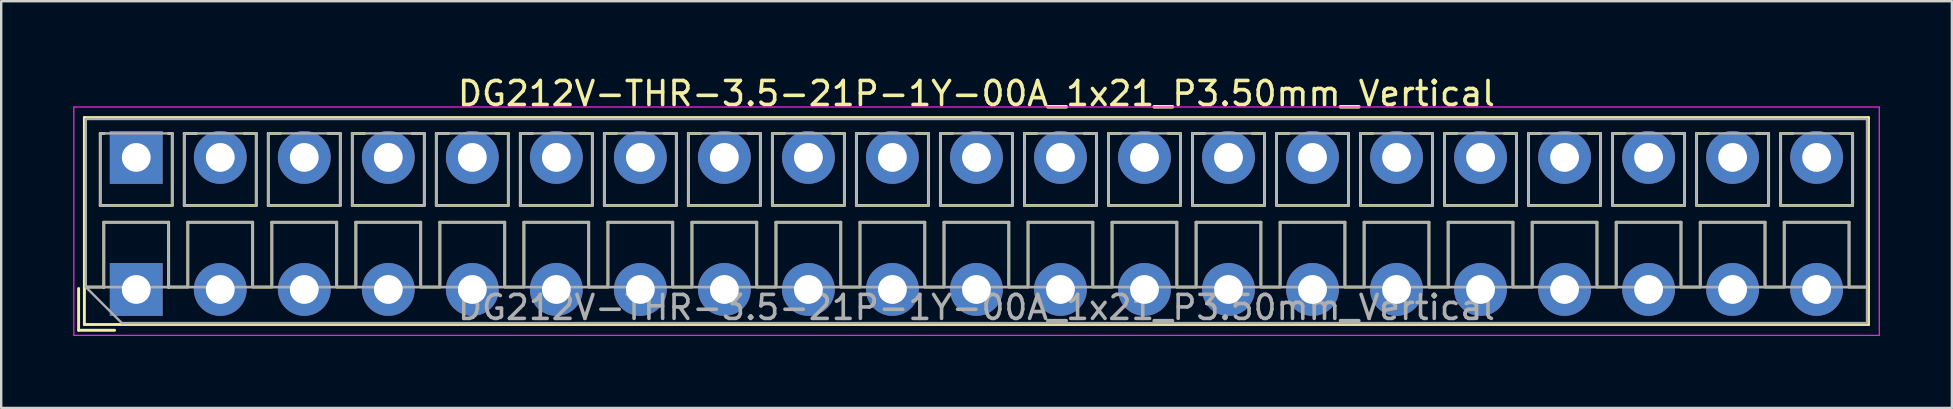
<source format=kicad_pcb>
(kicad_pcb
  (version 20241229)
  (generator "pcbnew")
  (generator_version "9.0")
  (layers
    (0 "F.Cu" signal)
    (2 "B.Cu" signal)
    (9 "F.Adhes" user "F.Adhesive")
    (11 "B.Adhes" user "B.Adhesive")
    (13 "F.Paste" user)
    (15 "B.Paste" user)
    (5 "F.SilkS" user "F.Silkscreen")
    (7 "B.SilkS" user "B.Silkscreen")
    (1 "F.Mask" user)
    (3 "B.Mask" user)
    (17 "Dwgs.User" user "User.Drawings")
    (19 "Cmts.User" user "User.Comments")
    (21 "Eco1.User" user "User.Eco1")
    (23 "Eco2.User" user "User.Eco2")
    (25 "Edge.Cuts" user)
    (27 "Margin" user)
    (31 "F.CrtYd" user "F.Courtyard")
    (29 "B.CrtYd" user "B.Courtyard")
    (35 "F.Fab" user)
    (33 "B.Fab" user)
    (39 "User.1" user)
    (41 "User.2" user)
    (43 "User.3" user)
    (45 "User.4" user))
  (footprint "DG212V-THR-3.5-21P-1Y-00A_1x21_P3.50mm_Vertical"
    (layer "F.Cu")
    (at 2.625 9.008)
    (property "Reference" "DG212V-THR-3.5-21P-1Y-00A_1x21_P3.50mm_Vertical" (at 35 -8.16 0) (layer "F.SilkS") (effects (font (size 1 1) (thickness 0.15))))
    (attr through_hole)
    (fp_line (start -2.4 -0.04) (end -2.4 1.7) (stroke (width 0.12) (type solid)) (layer "F.SilkS"))
    (fp_line (start -2.4 1.7) (end -0.9 1.7) (stroke (width 0.12) (type solid)) (layer "F.SilkS"))
    (fp_line (start -2.16 -7.16) (end -2.16 1.46) (stroke (width 0.12) (type solid)) (layer "F.SilkS"))
    (fp_line (start -2.16 -7.16) (end 72.161 -7.16) (stroke (width 0.12) (type solid)) (layer "F.SilkS"))
    (fp_line (start -2.16 -0.1) (end -1.34 -0.1) (stroke (width 0.12) (type solid)) (layer "F.SilkS"))
    (fp_line (start -2.16 1.46) (end 72.161 1.46) (stroke (width 0.12) (type solid)) (layer "F.SilkS"))
    (fp_line (start -1.5 -6.5) (end -1.5 -3.5) (stroke (width 0.12) (type solid)) (layer "F.SilkS"))
    (fp_line (start -1.5 -6.5) (end -1.34 -6.5) (stroke (width 0.12) (type solid)) (layer "F.SilkS"))
    (fp_line (start -1.5 -3.5) (end 1.5 -3.5) (stroke (width 0.12) (type solid)) (layer "F.SilkS"))
    (fp_line (start -1.35 -2.8) (end -1.35 -0.1) (stroke (width 0.12) (type solid)) (layer "F.SilkS"))
    (fp_line (start -1.35 -2.8) (end 1.35 -2.8) (stroke (width 0.12) (type solid)) (layer "F.SilkS"))
    (fp_line (start -1.35 -0.1) (end -1.34 -0.1) (stroke (width 0.12) (type solid)) (layer "F.SilkS"))
    (fp_line (start 1.34 -6.5) (end 1.5 -6.5) (stroke (width 0.12) (type solid)) (layer "F.SilkS"))
    (fp_line (start 1.34 -0.1) (end 1.35 -0.1) (stroke (width 0.12) (type solid)) (layer "F.SilkS"))
    (fp_line (start 1.34 -0.1) (end 2.148 -0.1) (stroke (width 0.12) (type solid)) (layer "F.SilkS"))
    (fp_line (start 1.35 -2.8) (end 1.35 -0.1) (stroke (width 0.12) (type solid)) (layer "F.SilkS"))
    (fp_line (start 1.5 -6.5) (end 1.5 -3.5) (stroke (width 0.12) (type solid)) (layer "F.SilkS"))
    (fp_line (start 2 -6.5) (end 2 -3.5) (stroke (width 0.12) (type solid)) (layer "F.SilkS"))
    (fp_line (start 2 -6.5) (end 2.512 -6.5) (stroke (width 0.12) (type solid)) (layer "F.SilkS"))
    (fp_line (start 2 -3.5) (end 5 -3.5) (stroke (width 0.12) (type solid)) (layer "F.SilkS"))
    (fp_line (start 2.15 -2.8) (end 2.15 -0.183) (stroke (width 0.12) (type solid)) (layer "F.SilkS"))
    (fp_line (start 2.15 -2.8) (end 4.85 -2.8) (stroke (width 0.12) (type solid)) (layer "F.SilkS"))
    (fp_line (start 4.489 -6.5) (end 5 -6.5) (stroke (width 0.12) (type solid)) (layer "F.SilkS"))
    (fp_line (start 4.85 -2.8) (end 4.85 -0.183) (stroke (width 0.12) (type solid)) (layer "F.SilkS"))
    (fp_line (start 4.853 -0.1) (end 5.648 -0.1) (stroke (width 0.12) (type solid)) (layer "F.SilkS"))
    (fp_line (start 5 -6.5) (end 5 -3.5) (stroke (width 0.12) (type solid)) (layer "F.SilkS"))
    (fp_line (start 5.5 -6.5) (end 5.5 -3.5) (stroke (width 0.12) (type solid)) (layer "F.SilkS"))
    (fp_line (start 5.5 -6.5) (end 6.012 -6.5) (stroke (width 0.12) (type solid)) (layer "F.SilkS"))
    (fp_line (start 5.5 -3.5) (end 8.5 -3.5) (stroke (width 0.12) (type solid)) (layer "F.SilkS"))
    (fp_line (start 5.65 -2.8) (end 5.65 -0.183) (stroke (width 0.12) (type solid)) (layer "F.SilkS"))
    (fp_line (start 5.65 -2.8) (end 8.351 -2.8) (stroke (width 0.12) (type solid)) (layer "F.SilkS"))
    (fp_line (start 7.989 -6.5) (end 8.5 -6.5) (stroke (width 0.12) (type solid)) (layer "F.SilkS"))
    (fp_line (start 8.351 -2.8) (end 8.351 -0.183) (stroke (width 0.12) (type solid)) (layer "F.SilkS"))
    (fp_line (start 8.353 -0.1) (end 9.148 -0.1) (stroke (width 0.12) (type solid)) (layer "F.SilkS"))
    (fp_line (start 8.5 -6.5) (end 8.5 -3.5) (stroke (width 0.12) (type solid)) (layer "F.SilkS"))
    (fp_line (start 9 -6.5) (end 9 -3.5) (stroke (width 0.12) (type solid)) (layer "F.SilkS"))
    (fp_line (start 9 -6.5) (end 9.512 -6.5) (stroke (width 0.12) (type solid)) (layer "F.SilkS"))
    (fp_line (start 9 -3.5) (end 12 -3.5) (stroke (width 0.12) (type solid)) (layer "F.SilkS"))
    (fp_line (start 9.15 -2.8) (end 9.15 -0.183) (stroke (width 0.12) (type solid)) (layer "F.SilkS"))
    (fp_line (start 9.15 -2.8) (end 11.851 -2.8) (stroke (width 0.12) (type solid)) (layer "F.SilkS"))
    (fp_line (start 11.489 -6.5) (end 12 -6.5) (stroke (width 0.12) (type solid)) (layer "F.SilkS"))
    (fp_line (start 11.851 -2.8) (end 11.851 -0.183) (stroke (width 0.12) (type solid)) (layer "F.SilkS"))
    (fp_line (start 11.853 -0.1) (end 12.648 -0.1) (stroke (width 0.12) (type solid)) (layer "F.SilkS"))
    (fp_line (start 12 -6.5) (end 12 -3.5) (stroke (width 0.12) (type solid)) (layer "F.SilkS"))
    (fp_line (start 12.5 -6.5) (end 12.5 -3.5) (stroke (width 0.12) (type solid)) (layer "F.SilkS"))
    (fp_line (start 12.5 -6.5) (end 13.012 -6.5) (stroke (width 0.12) (type solid)) (layer "F.SilkS"))
    (fp_line (start 12.5 -3.5) (end 15.5 -3.5) (stroke (width 0.12) (type solid)) (layer "F.SilkS"))
    (fp_line (start 12.65 -2.8) (end 12.65 -0.183) (stroke (width 0.12) (type solid)) (layer "F.SilkS"))
    (fp_line (start 12.65 -2.8) (end 15.351 -2.8) (stroke (width 0.12) (type solid)) (layer "F.SilkS"))
    (fp_line (start 14.989 -6.5) (end 15.5 -6.5) (stroke (width 0.12) (type solid)) (layer "F.SilkS"))
    (fp_line (start 15.351 -2.8) (end 15.351 -0.183) (stroke (width 0.12) (type solid)) (layer "F.SilkS"))
    (fp_line (start 15.353 -0.1) (end 16.148 -0.1) (stroke (width 0.12) (type solid)) (layer "F.SilkS"))
    (fp_line (start 15.5 -6.5) (end 15.5 -3.5) (stroke (width 0.12) (type solid)) (layer "F.SilkS"))
    (fp_line (start 16 -6.5) (end 16 -3.5) (stroke (width 0.12) (type solid)) (layer "F.SilkS"))
    (fp_line (start 16 -6.5) (end 16.512 -6.5) (stroke (width 0.12) (type solid)) (layer "F.SilkS"))
    (fp_line (start 16 -3.5) (end 19 -3.5) (stroke (width 0.12) (type solid)) (layer "F.SilkS"))
    (fp_line (start 16.15 -2.8) (end 16.15 -0.183) (stroke (width 0.12) (type solid)) (layer "F.SilkS"))
    (fp_line (start 16.15 -2.8) (end 18.85 -2.8) (stroke (width 0.12) (type solid)) (layer "F.SilkS"))
    (fp_line (start 18.489 -6.5) (end 19 -6.5) (stroke (width 0.12) (type solid)) (layer "F.SilkS"))
    (fp_line (start 18.85 -2.8) (end 18.85 -0.183) (stroke (width 0.12) (type solid)) (layer "F.SilkS"))
    (fp_line (start 18.853 -0.1) (end 19.648 -0.1) (stroke (width 0.12) (type solid)) (layer "F.SilkS"))
    (fp_line (start 19 -6.5) (end 19 -3.5) (stroke (width 0.12) (type solid)) (layer "F.SilkS"))
    (fp_line (start 19.5 -6.5) (end 19.5 -3.5) (stroke (width 0.12) (type solid)) (layer "F.SilkS"))
    (fp_line (start 19.5 -6.5) (end 20.012 -6.5) (stroke (width 0.12) (type solid)) (layer "F.SilkS"))
    (fp_line (start 19.5 -3.5) (end 22.5 -3.5) (stroke (width 0.12) (type solid)) (layer "F.SilkS"))
    (fp_line (start 19.65 -2.8) (end 19.65 -0.183) (stroke (width 0.12) (type solid)) (layer "F.SilkS"))
    (fp_line (start 19.65 -2.8) (end 22.35 -2.8) (stroke (width 0.12) (type solid)) (layer "F.SilkS"))
    (fp_line (start 21.989 -6.5) (end 22.5 -6.5) (stroke (width 0.12) (type solid)) (layer "F.SilkS"))
    (fp_line (start 22.35 -2.8) (end 22.35 -0.183) (stroke (width 0.12) (type solid)) (layer "F.SilkS"))
    (fp_line (start 22.353 -0.1) (end 23.148 -0.1) (stroke (width 0.12) (type solid)) (layer "F.SilkS"))
    (fp_line (start 22.5 -6.5) (end 22.5 -3.5) (stroke (width 0.12) (type solid)) (layer "F.SilkS"))
    (fp_line (start 23 -6.5) (end 23 -3.5) (stroke (width 0.12) (type solid)) (layer "F.SilkS"))
    (fp_line (start 23 -6.5) (end 23.512 -6.5) (stroke (width 0.12) (type solid)) (layer "F.SilkS"))
    (fp_line (start 23 -3.5) (end 26 -3.5) (stroke (width 0.12) (type solid)) (layer "F.SilkS"))
    (fp_line (start 23.15 -2.8) (end 23.15 -0.183) (stroke (width 0.12) (type solid)) (layer "F.SilkS"))
    (fp_line (start 23.15 -2.8) (end 25.85 -2.8) (stroke (width 0.12) (type solid)) (layer "F.SilkS"))
    (fp_line (start 25.489 -6.5) (end 26 -6.5) (stroke (width 0.12) (type solid)) (layer "F.SilkS"))
    (fp_line (start 25.85 -2.8) (end 25.85 -0.183) (stroke (width 0.12) (type solid)) (layer "F.SilkS"))
    (fp_line (start 25.853 -0.1) (end 26.648 -0.1) (stroke (width 0.12) (type solid)) (layer "F.SilkS"))
    (fp_line (start 26 -6.5) (end 26 -3.5) (stroke (width 0.12) (type solid)) (layer "F.SilkS"))
    (fp_line (start 26.5 -6.5) (end 26.5 -3.5) (stroke (width 0.12) (type solid)) (layer "F.SilkS"))
    (fp_line (start 26.5 -6.5) (end 27.012 -6.5) (stroke (width 0.12) (type solid)) (layer "F.SilkS"))
    (fp_line (start 26.5 -3.5) (end 29.5 -3.5) (stroke (width 0.12) (type solid)) (layer "F.SilkS"))
    (fp_line (start 26.65 -2.8) (end 26.65 -0.183) (stroke (width 0.12) (type solid)) (layer "F.SilkS"))
    (fp_line (start 26.65 -2.8) (end 29.35 -2.8) (stroke (width 0.12) (type solid)) (layer "F.SilkS"))
    (fp_line (start 28.989 -6.5) (end 29.5 -6.5) (stroke (width 0.12) (type solid)) (layer "F.SilkS"))
    (fp_line (start 29.35 -2.8) (end 29.35 -0.183) (stroke (width 0.12) (type solid)) (layer "F.SilkS"))
    (fp_line (start 29.353 -0.1) (end 30.148 -0.1) (stroke (width 0.12) (type solid)) (layer "F.SilkS"))
    (fp_line (start 29.5 -6.5) (end 29.5 -3.5) (stroke (width 0.12) (type solid)) (layer "F.SilkS"))
    (fp_line (start 30 -6.5) (end 30 -3.5) (stroke (width 0.12) (type solid)) (layer "F.SilkS"))
    (fp_line (start 30 -6.5) (end 30.512 -6.5) (stroke (width 0.12) (type solid)) (layer "F.SilkS"))
    (fp_line (start 30 -3.5) (end 33 -3.5) (stroke (width 0.12) (type solid)) (layer "F.SilkS"))
    (fp_line (start 30.15 -2.8) (end 30.15 -0.183) (stroke (width 0.12) (type solid)) (layer "F.SilkS"))
    (fp_line (start 30.15 -2.8) (end 32.85 -2.8) (stroke (width 0.12) (type solid)) (layer "F.SilkS"))
    (fp_line (start 32.489 -6.5) (end 33 -6.5) (stroke (width 0.12) (type solid)) (layer "F.SilkS"))
    (fp_line (start 32.85 -2.8) (end 32.85 -0.183) (stroke (width 0.12) (type solid)) (layer "F.SilkS"))
    (fp_line (start 32.853 -0.1) (end 33.648 -0.1) (stroke (width 0.12) (type solid)) (layer "F.SilkS"))
    (fp_line (start 33 -6.5) (end 33 -3.5) (stroke (width 0.12) (type solid)) (layer "F.SilkS"))
    (fp_line (start 33.5 -6.5) (end 33.5 -3.5) (stroke (width 0.12) (type solid)) (layer "F.SilkS"))
    (fp_line (start 33.5 -6.5) (end 34.012 -6.5) (stroke (width 0.12) (type solid)) (layer "F.SilkS"))
    (fp_line (start 33.5 -3.5) (end 36.5 -3.5) (stroke (width 0.12) (type solid)) (layer "F.SilkS"))
    (fp_line (start 33.65 -2.8) (end 33.65 -0.183) (stroke (width 0.12) (type solid)) (layer "F.SilkS"))
    (fp_line (start 33.65 -2.8) (end 36.35 -2.8) (stroke (width 0.12) (type solid)) (layer "F.SilkS"))
    (fp_line (start 35.989 -6.5) (end 36.5 -6.5) (stroke (width 0.12) (type solid)) (layer "F.SilkS"))
    (fp_line (start 36.35 -2.8) (end 36.35 -0.183) (stroke (width 0.12) (type solid)) (layer "F.SilkS"))
    (fp_line (start 36.353 -0.1) (end 37.148 -0.1) (stroke (width 0.12) (type solid)) (layer "F.SilkS"))
    (fp_line (start 36.5 -6.5) (end 36.5 -3.5) (stroke (width 0.12) (type solid)) (layer "F.SilkS"))
    (fp_line (start 37 -6.5) (end 37 -3.5) (stroke (width 0.12) (type solid)) (layer "F.SilkS"))
    (fp_line (start 37 -6.5) (end 37.512 -6.5) (stroke (width 0.12) (type solid)) (layer "F.SilkS"))
    (fp_line (start 37 -3.5) (end 40 -3.5) (stroke (width 0.12) (type solid)) (layer "F.SilkS"))
    (fp_line (start 37.15 -2.8) (end 37.15 -0.183) (stroke (width 0.12) (type solid)) (layer "F.SilkS"))
    (fp_line (start 37.15 -2.8) (end 39.85 -2.8) (stroke (width 0.12) (type solid)) (layer "F.SilkS"))
    (fp_line (start 39.489 -6.5) (end 40 -6.5) (stroke (width 0.12) (type solid)) (layer "F.SilkS"))
    (fp_line (start 39.85 -2.8) (end 39.85 -0.183) (stroke (width 0.12) (type solid)) (layer "F.SilkS"))
    (fp_line (start 39.853 -0.1) (end 40.648 -0.1) (stroke (width 0.12) (type solid)) (layer "F.SilkS"))
    (fp_line (start 40 -6.5) (end 40 -3.5) (stroke (width 0.12) (type solid)) (layer "F.SilkS"))
    (fp_line (start 40.5 -6.5) (end 40.5 -3.5) (stroke (width 0.12) (type solid)) (layer "F.SilkS"))
    (fp_line (start 40.5 -6.5) (end 41.012 -6.5) (stroke (width 0.12) (type solid)) (layer "F.SilkS"))
    (fp_line (start 40.5 -3.5) (end 43.5 -3.5) (stroke (width 0.12) (type solid)) (layer "F.SilkS"))
    (fp_line (start 40.65 -2.8) (end 40.65 -0.183) (stroke (width 0.12) (type solid)) (layer "F.SilkS"))
    (fp_line (start 40.65 -2.8) (end 43.35 -2.8) (stroke (width 0.12) (type solid)) (layer "F.SilkS"))
    (fp_line (start 42.989 -6.5) (end 43.5 -6.5) (stroke (width 0.12) (type solid)) (layer "F.SilkS"))
    (fp_line (start 43.35 -2.8) (end 43.35 -0.183) (stroke (width 0.12) (type solid)) (layer "F.SilkS"))
    (fp_line (start 43.353 -0.1) (end 44.148 -0.1) (stroke (width 0.12) (type solid)) (layer "F.SilkS"))
    (fp_line (start 43.5 -6.5) (end 43.5 -3.5) (stroke (width 0.12) (type solid)) (layer "F.SilkS"))
    (fp_line (start 44 -6.5) (end 44 -3.5) (stroke (width 0.12) (type solid)) (layer "F.SilkS"))
    (fp_line (start 44 -6.5) (end 44.512 -6.5) (stroke (width 0.12) (type solid)) (layer "F.SilkS"))
    (fp_line (start 44 -3.5) (end 47 -3.5) (stroke (width 0.12) (type solid)) (layer "F.SilkS"))
    (fp_line (start 44.15 -2.8) (end 44.15 -0.183) (stroke (width 0.12) (type solid)) (layer "F.SilkS"))
    (fp_line (start 44.15 -2.8) (end 46.85 -2.8) (stroke (width 0.12) (type solid)) (layer "F.SilkS"))
    (fp_line (start 46.489 -6.5) (end 47 -6.5) (stroke (width 0.12) (type solid)) (layer "F.SilkS"))
    (fp_line (start 46.85 -2.8) (end 46.85 -0.183) (stroke (width 0.12) (type solid)) (layer "F.SilkS"))
    (fp_line (start 46.853 -0.1) (end 47.648 -0.1) (stroke (width 0.12) (type solid)) (layer "F.SilkS"))
    (fp_line (start 47 -6.5) (end 47 -3.5) (stroke (width 0.12) (type solid)) (layer "F.SilkS"))
    (fp_line (start 47.5 -6.5) (end 47.5 -3.5) (stroke (width 0.12) (type solid)) (layer "F.SilkS"))
    (fp_line (start 47.5 -6.5) (end 48.012 -6.5) (stroke (width 0.12) (type solid)) (layer "F.SilkS"))
    (fp_line (start 47.5 -3.5) (end 50.5 -3.5) (stroke (width 0.12) (type solid)) (layer "F.SilkS"))
    (fp_line (start 47.65 -2.8) (end 47.65 -0.183) (stroke (width 0.12) (type solid)) (layer "F.SilkS"))
    (fp_line (start 47.65 -2.8) (end 50.35 -2.8) (stroke (width 0.12) (type solid)) (layer "F.SilkS"))
    (fp_line (start 49.989 -6.5) (end 50.5 -6.5) (stroke (width 0.12) (type solid)) (layer "F.SilkS"))
    (fp_line (start 50.35 -2.8) (end 50.35 -0.183) (stroke (width 0.12) (type solid)) (layer "F.SilkS"))
    (fp_line (start 50.353 -0.1) (end 51.148 -0.1) (stroke (width 0.12) (type solid)) (layer "F.SilkS"))
    (fp_line (start 50.5 -6.5) (end 50.5 -3.5) (stroke (width 0.12) (type solid)) (layer "F.SilkS"))
    (fp_line (start 51 -6.5) (end 51 -3.5) (stroke (width 0.12) (type solid)) (layer "F.SilkS"))
    (fp_line (start 51 -6.5) (end 51.512 -6.5) (stroke (width 0.12) (type solid)) (layer "F.SilkS"))
    (fp_line (start 51 -3.5) (end 54 -3.5) (stroke (width 0.12) (type solid)) (layer "F.SilkS"))
    (fp_line (start 51.15 -2.8) (end 51.15 -0.183) (stroke (width 0.12) (type solid)) (layer "F.SilkS"))
    (fp_line (start 51.15 -2.8) (end 53.85 -2.8) (stroke (width 0.12) (type solid)) (layer "F.SilkS"))
    (fp_line (start 53.489 -6.5) (end 54 -6.5) (stroke (width 0.12) (type solid)) (layer "F.SilkS"))
    (fp_line (start 53.85 -2.8) (end 53.85 -0.183) (stroke (width 0.12) (type solid)) (layer "F.SilkS"))
    (fp_line (start 53.853 -0.1) (end 54.648 -0.1) (stroke (width 0.12) (type solid)) (layer "F.SilkS"))
    (fp_line (start 54 -6.5) (end 54 -3.5) (stroke (width 0.12) (type solid)) (layer "F.SilkS"))
    (fp_line (start 54.5 -6.5) (end 54.5 -3.5) (stroke (width 0.12) (type solid)) (layer "F.SilkS"))
    (fp_line (start 54.5 -6.5) (end 55.012 -6.5) (stroke (width 0.12) (type solid)) (layer "F.SilkS"))
    (fp_line (start 54.5 -3.5) (end 57.5 -3.5) (stroke (width 0.12) (type solid)) (layer "F.SilkS"))
    (fp_line (start 54.65 -2.8) (end 54.65 -0.183) (stroke (width 0.12) (type solid)) (layer "F.SilkS"))
    (fp_line (start 54.65 -2.8) (end 57.35 -2.8) (stroke (width 0.12) (type solid)) (layer "F.SilkS"))
    (fp_line (start 56.989 -6.5) (end 57.5 -6.5) (stroke (width 0.12) (type solid)) (layer "F.SilkS"))
    (fp_line (start 57.35 -2.8) (end 57.35 -0.183) (stroke (width 0.12) (type solid)) (layer "F.SilkS"))
    (fp_line (start 57.353 -0.1) (end 58.148 -0.1) (stroke (width 0.12) (type solid)) (layer "F.SilkS"))
    (fp_line (start 57.5 -6.5) (end 57.5 -3.5) (stroke (width 0.12) (type solid)) (layer "F.SilkS"))
    (fp_line (start 58 -6.5) (end 58 -3.5) (stroke (width 0.12) (type solid)) (layer "F.SilkS"))
    (fp_line (start 58 -6.5) (end 58.512 -6.5) (stroke (width 0.12) (type solid)) (layer "F.SilkS"))
    (fp_line (start 58 -3.5) (end 61 -3.5) (stroke (width 0.12) (type solid)) (layer "F.SilkS"))
    (fp_line (start 58.15 -2.8) (end 58.15 -0.183) (stroke (width 0.12) (type solid)) (layer "F.SilkS"))
    (fp_line (start 58.15 -2.8) (end 60.85 -2.8) (stroke (width 0.12) (type solid)) (layer "F.SilkS"))
    (fp_line (start 60.489 -6.5) (end 61 -6.5) (stroke (width 0.12) (type solid)) (layer "F.SilkS"))
    (fp_line (start 60.85 -2.8) (end 60.85 -0.183) (stroke (width 0.12) (type solid)) (layer "F.SilkS"))
    (fp_line (start 60.853 -0.1) (end 61.648 -0.1) (stroke (width 0.12) (type solid)) (layer "F.SilkS"))
    (fp_line (start 61 -6.5) (end 61 -3.5) (stroke (width 0.12) (type solid)) (layer "F.SilkS"))
    (fp_line (start 61.5 -6.5) (end 61.5 -3.5) (stroke (width 0.12) (type solid)) (layer "F.SilkS"))
    (fp_line (start 61.5 -6.5) (end 62.012 -6.5) (stroke (width 0.12) (type solid)) (layer "F.SilkS"))
    (fp_line (start 61.5 -3.5) (end 64.5 -3.5) (stroke (width 0.12) (type solid)) (layer "F.SilkS"))
    (fp_line (start 61.65 -2.8) (end 61.65 -0.183) (stroke (width 0.12) (type solid)) (layer "F.SilkS"))
    (fp_line (start 61.65 -2.8) (end 64.35 -2.8) (stroke (width 0.12) (type solid)) (layer "F.SilkS"))
    (fp_line (start 63.989 -6.5) (end 64.5 -6.5) (stroke (width 0.12) (type solid)) (layer "F.SilkS"))
    (fp_line (start 64.35 -2.8) (end 64.35 -0.183) (stroke (width 0.12) (type solid)) (layer "F.SilkS"))
    (fp_line (start 64.353 -0.1) (end 65.148 -0.1) (stroke (width 0.12) (type solid)) (layer "F.SilkS"))
    (fp_line (start 64.5 -6.5) (end 64.5 -3.5) (stroke (width 0.12) (type solid)) (layer "F.SilkS"))
    (fp_line (start 65 -6.5) (end 65 -3.5) (stroke (width 0.12) (type solid)) (layer "F.SilkS"))
    (fp_line (start 65 -6.5) (end 65.512 -6.5) (stroke (width 0.12) (type solid)) (layer "F.SilkS"))
    (fp_line (start 65 -3.5) (end 68 -3.5) (stroke (width 0.12) (type solid)) (layer "F.SilkS"))
    (fp_line (start 65.151 -2.8) (end 65.151 -0.183) (stroke (width 0.12) (type solid)) (layer "F.SilkS"))
    (fp_line (start 65.151 -2.8) (end 67.85 -2.8) (stroke (width 0.12) (type solid)) (layer "F.SilkS"))
    (fp_line (start 67.489 -6.5) (end 68 -6.5) (stroke (width 0.12) (type solid)) (layer "F.SilkS"))
    (fp_line (start 67.85 -2.8) (end 67.85 -0.183) (stroke (width 0.12) (type solid)) (layer "F.SilkS"))
    (fp_line (start 67.853 -0.1) (end 68.648 -0.1) (stroke (width 0.12) (type solid)) (layer "F.SilkS"))
    (fp_line (start 68 -6.5) (end 68 -3.5) (stroke (width 0.12) (type solid)) (layer "F.SilkS"))
    (fp_line (start 68.5 -6.5) (end 68.5 -3.5) (stroke (width 0.12) (type solid)) (layer "F.SilkS"))
    (fp_line (start 68.5 -6.5) (end 69.012 -6.5) (stroke (width 0.12) (type solid)) (layer "F.SilkS"))
    (fp_line (start 68.5 -3.5) (end 71.5 -3.5) (stroke (width 0.12) (type solid)) (layer "F.SilkS"))
    (fp_line (start 68.65 -2.8) (end 68.65 -0.183) (stroke (width 0.12) (type solid)) (layer "F.SilkS"))
    (fp_line (start 68.65 -2.8) (end 71.35 -2.8) (stroke (width 0.12) (type solid)) (layer "F.SilkS"))
    (fp_line (start 70.989 -6.5) (end 71.5 -6.5) (stroke (width 0.12) (type solid)) (layer "F.SilkS"))
    (fp_line (start 71.35 -2.8) (end 71.35 -0.183) (stroke (width 0.12) (type solid)) (layer "F.SilkS"))
    (fp_line (start 71.353 -0.1) (end 72.161 -0.1) (stroke (width 0.12) (type solid)) (layer "F.SilkS"))
    (fp_line (start 71.5 -6.5) (end 71.5 -3.5) (stroke (width 0.12) (type solid)) (layer "F.SilkS"))
    (fp_line (start 72.161 -7.16) (end 72.161 1.46) (stroke (width 0.12) (type solid)) (layer "F.SilkS"))
    (fp_line (start -2.6 -7.6) (end -2.6 1.91) (stroke (width 0.05) (type solid)) (layer "F.CrtYd"))
    (fp_line (start -2.6 1.91) (end 72.61 1.91) (stroke (width 0.05) (type solid)) (layer "F.CrtYd"))
    (fp_line (start 72.61 -7.6) (end -2.6 -7.6) (stroke (width 0.05) (type solid)) (layer "F.CrtYd"))
    (fp_line (start 72.61 1.91) (end 72.61 -7.6) (stroke (width 0.05) (type solid)) (layer "F.CrtYd"))
    (fp_line (start -2.1 -7.1) (end 72.1 -7.1) (stroke (width 0.1) (type solid)) (layer "F.Fab"))
    (fp_line (start -2.1 -0.1) (end -2.1 -7.1) (stroke (width 0.1) (type solid)) (layer "F.Fab"))
    (fp_line (start -2.1 -0.1) (end 72.1 -0.1) (stroke (width 0.1) (type solid)) (layer "F.Fab"))
    (fp_line (start -1.5 -6.5) (end -1.5 -3.5) (stroke (width 0.1) (type solid)) (layer "F.Fab"))
    (fp_line (start -1.5 -3.5) (end 1.5 -3.5) (stroke (width 0.1) (type solid)) (layer "F.Fab"))
    (fp_line (start -1.35 -2.8) (end -1.35 -0.1) (stroke (width 0.1) (type solid)) (layer "F.Fab"))
    (fp_line (start -1.35 -0.1) (end 1.35 -0.1) (stroke (width 0.1) (type solid)) (layer "F.Fab"))
    (fp_line (start -0.6 1.4) (end -2.1 -0.1) (stroke (width 0.1) (type solid)) (layer "F.Fab"))
    (fp_line (start 1.35 -2.8) (end -1.35 -2.8) (stroke (width 0.1) (type solid)) (layer "F.Fab"))
    (fp_line (start 1.35 -0.1) (end 1.35 -2.8) (stroke (width 0.1) (type solid)) (layer "F.Fab"))
    (fp_line (start 1.5 -6.5) (end -1.5 -6.5) (stroke (width 0.1) (type solid)) (layer "F.Fab"))
    (fp_line (start 1.5 -3.5) (end 1.5 -6.5) (stroke (width 0.1) (type solid)) (layer "F.Fab"))
    (fp_line (start 2 -6.5) (end 2 -3.5) (stroke (width 0.1) (type solid)) (layer "F.Fab"))
    (fp_line (start 2 -3.5) (end 5 -3.5) (stroke (width 0.1) (type solid)) (layer "F.Fab"))
    (fp_line (start 2.15 -2.8) (end 2.15 -0.1) (stroke (width 0.1) (type solid)) (layer "F.Fab"))
    (fp_line (start 2.15 -0.1) (end 4.85 -0.1) (stroke (width 0.1) (type solid)) (layer "F.Fab"))
    (fp_line (start 4.85 -2.8) (end 2.15 -2.8) (stroke (width 0.1) (type solid)) (layer "F.Fab"))
    (fp_line (start 4.85 -0.1) (end 4.85 -2.8) (stroke (width 0.1) (type solid)) (layer "F.Fab"))
    (fp_line (start 5 -6.5) (end 2 -6.5) (stroke (width 0.1) (type solid)) (layer "F.Fab"))
    (fp_line (start 5 -3.5) (end 5 -6.5) (stroke (width 0.1) (type solid)) (layer "F.Fab"))
    (fp_line (start 5.5 -6.5) (end 5.5 -3.5) (stroke (width 0.1) (type solid)) (layer "F.Fab"))
    (fp_line (start 5.5 -3.5) (end 8.5 -3.5) (stroke (width 0.1) (type solid)) (layer "F.Fab"))
    (fp_line (start 5.65 -2.8) (end 5.65 -0.1) (stroke (width 0.1) (type solid)) (layer "F.Fab"))
    (fp_line (start 5.65 -0.1) (end 8.351 -0.1) (stroke (width 0.1) (type solid)) (layer "F.Fab"))
    (fp_line (start 8.351 -2.8) (end 5.65 -2.8) (stroke (width 0.1) (type solid)) (layer "F.Fab"))
    (fp_line (start 8.351 -0.1) (end 8.351 -2.8) (stroke (width 0.1) (type solid)) (layer "F.Fab"))
    (fp_line (start 8.5 -6.5) (end 5.5 -6.5) (stroke (width 0.1) (type solid)) (layer "F.Fab"))
    (fp_line (start 8.5 -3.5) (end 8.5 -6.5) (stroke (width 0.1) (type solid)) (layer "F.Fab"))
    (fp_line (start 9 -6.5) (end 9 -3.5) (stroke (width 0.1) (type solid)) (layer "F.Fab"))
    (fp_line (start 9 -3.5) (end 12 -3.5) (stroke (width 0.1) (type solid)) (layer "F.Fab"))
    (fp_line (start 9.15 -2.8) (end 9.15 -0.1) (stroke (width 0.1) (type solid)) (layer "F.Fab"))
    (fp_line (start 9.15 -0.1) (end 11.851 -0.1) (stroke (width 0.1) (type solid)) (layer "F.Fab"))
    (fp_line (start 11.851 -2.8) (end 9.15 -2.8) (stroke (width 0.1) (type solid)) (layer "F.Fab"))
    (fp_line (start 11.851 -0.1) (end 11.851 -2.8) (stroke (width 0.1) (type solid)) (layer "F.Fab"))
    (fp_line (start 12 -6.5) (end 9 -6.5) (stroke (width 0.1) (type solid)) (layer "F.Fab"))
    (fp_line (start 12 -3.5) (end 12 -6.5) (stroke (width 0.1) (type solid)) (layer "F.Fab"))
    (fp_line (start 12.5 -6.5) (end 12.5 -3.5) (stroke (width 0.1) (type solid)) (layer "F.Fab"))
    (fp_line (start 12.5 -3.5) (end 15.5 -3.5) (stroke (width 0.1) (type solid)) (layer "F.Fab"))
    (fp_line (start 12.65 -2.8) (end 12.65 -0.1) (stroke (width 0.1) (type solid)) (layer "F.Fab"))
    (fp_line (start 12.65 -0.1) (end 15.351 -0.1) (stroke (width 0.1) (type solid)) (layer "F.Fab"))
    (fp_line (start 15.351 -2.8) (end 12.65 -2.8) (stroke (width 0.1) (type solid)) (layer "F.Fab"))
    (fp_line (start 15.351 -0.1) (end 15.351 -2.8) (stroke (width 0.1) (type solid)) (layer "F.Fab"))
    (fp_line (start 15.5 -6.5) (end 12.5 -6.5) (stroke (width 0.1) (type solid)) (layer "F.Fab"))
    (fp_line (start 15.5 -3.5) (end 15.5 -6.5) (stroke (width 0.1) (type solid)) (layer "F.Fab"))
    (fp_line (start 16 -6.5) (end 16 -3.5) (stroke (width 0.1) (type solid)) (layer "F.Fab"))
    (fp_line (start 16 -3.5) (end 19 -3.5) (stroke (width 0.1) (type solid)) (layer "F.Fab"))
    (fp_line (start 16.15 -2.8) (end 16.15 -0.1) (stroke (width 0.1) (type solid)) (layer "F.Fab"))
    (fp_line (start 16.15 -0.1) (end 18.85 -0.1) (stroke (width 0.1) (type solid)) (layer "F.Fab"))
    (fp_line (start 18.85 -2.8) (end 16.15 -2.8) (stroke (width 0.1) (type solid)) (layer "F.Fab"))
    (fp_line (start 18.85 -0.1) (end 18.85 -2.8) (stroke (width 0.1) (type solid)) (layer "F.Fab"))
    (fp_line (start 19 -6.5) (end 16 -6.5) (stroke (width 0.1) (type solid)) (layer "F.Fab"))
    (fp_line (start 19 -3.5) (end 19 -6.5) (stroke (width 0.1) (type solid)) (layer "F.Fab"))
    (fp_line (start 19.5 -6.5) (end 19.5 -3.5) (stroke (width 0.1) (type solid)) (layer "F.Fab"))
    (fp_line (start 19.5 -3.5) (end 22.5 -3.5) (stroke (width 0.1) (type solid)) (layer "F.Fab"))
    (fp_line (start 19.65 -2.8) (end 19.65 -0.1) (stroke (width 0.1) (type solid)) (layer "F.Fab"))
    (fp_line (start 19.65 -0.1) (end 22.35 -0.1) (stroke (width 0.1) (type solid)) (layer "F.Fab"))
    (fp_line (start 22.35 -2.8) (end 19.65 -2.8) (stroke (width 0.1) (type solid)) (layer "F.Fab"))
    (fp_line (start 22.35 -0.1) (end 22.35 -2.8) (stroke (width 0.1) (type solid)) (layer "F.Fab"))
    (fp_line (start 22.5 -6.5) (end 19.5 -6.5) (stroke (width 0.1) (type solid)) (layer "F.Fab"))
    (fp_line (start 22.5 -3.5) (end 22.5 -6.5) (stroke (width 0.1) (type solid)) (layer "F.Fab"))
    (fp_line (start 23 -6.5) (end 23 -3.5) (stroke (width 0.1) (type solid)) (layer "F.Fab"))
    (fp_line (start 23 -3.5) (end 26 -3.5) (stroke (width 0.1) (type solid)) (layer "F.Fab"))
    (fp_line (start 23.15 -2.8) (end 23.15 -0.1) (stroke (width 0.1) (type solid)) (layer "F.Fab"))
    (fp_line (start 23.15 -0.1) (end 25.85 -0.1) (stroke (width 0.1) (type solid)) (layer "F.Fab"))
    (fp_line (start 25.85 -2.8) (end 23.15 -2.8) (stroke (width 0.1) (type solid)) (layer "F.Fab"))
    (fp_line (start 25.85 -0.1) (end 25.85 -2.8) (stroke (width 0.1) (type solid)) (layer "F.Fab"))
    (fp_line (start 26 -6.5) (end 23 -6.5) (stroke (width 0.1) (type solid)) (layer "F.Fab"))
    (fp_line (start 26 -3.5) (end 26 -6.5) (stroke (width 0.1) (type solid)) (layer "F.Fab"))
    (fp_line (start 26.5 -6.5) (end 26.5 -3.5) (stroke (width 0.1) (type solid)) (layer "F.Fab"))
    (fp_line (start 26.5 -3.5) (end 29.5 -3.5) (stroke (width 0.1) (type solid)) (layer "F.Fab"))
    (fp_line (start 26.65 -2.8) (end 26.65 -0.1) (stroke (width 0.1) (type solid)) (layer "F.Fab"))
    (fp_line (start 26.65 -0.1) (end 29.35 -0.1) (stroke (width 0.1) (type solid)) (layer "F.Fab"))
    (fp_line (start 29.35 -2.8) (end 26.65 -2.8) (stroke (width 0.1) (type solid)) (layer "F.Fab"))
    (fp_line (start 29.35 -0.1) (end 29.35 -2.8) (stroke (width 0.1) (type solid)) (layer "F.Fab"))
    (fp_line (start 29.5 -6.5) (end 26.5 -6.5) (stroke (width 0.1) (type solid)) (layer "F.Fab"))
    (fp_line (start 29.5 -3.5) (end 29.5 -6.5) (stroke (width 0.1) (type solid)) (layer "F.Fab"))
    (fp_line (start 30 -6.5) (end 30 -3.5) (stroke (width 0.1) (type solid)) (layer "F.Fab"))
    (fp_line (start 30 -3.5) (end 33 -3.5) (stroke (width 0.1) (type solid)) (layer "F.Fab"))
    (fp_line (start 30.15 -2.8) (end 30.15 -0.1) (stroke (width 0.1) (type solid)) (layer "F.Fab"))
    (fp_line (start 30.15 -0.1) (end 32.85 -0.1) (stroke (width 0.1) (type solid)) (layer "F.Fab"))
    (fp_line (start 32.85 -2.8) (end 30.15 -2.8) (stroke (width 0.1) (type solid)) (layer "F.Fab"))
    (fp_line (start 32.85 -0.1) (end 32.85 -2.8) (stroke (width 0.1) (type solid)) (layer "F.Fab"))
    (fp_line (start 33 -6.5) (end 30 -6.5) (stroke (width 0.1) (type solid)) (layer "F.Fab"))
    (fp_line (start 33 -3.5) (end 33 -6.5) (stroke (width 0.1) (type solid)) (layer "F.Fab"))
    (fp_line (start 33.5 -6.5) (end 33.5 -3.5) (stroke (width 0.1) (type solid)) (layer "F.Fab"))
    (fp_line (start 33.5 -3.5) (end 36.5 -3.5) (stroke (width 0.1) (type solid)) (layer "F.Fab"))
    (fp_line (start 33.65 -2.8) (end 33.65 -0.1) (stroke (width 0.1) (type solid)) (layer "F.Fab"))
    (fp_line (start 33.65 -0.1) (end 36.35 -0.1) (stroke (width 0.1) (type solid)) (layer "F.Fab"))
    (fp_line (start 36.35 -2.8) (end 33.65 -2.8) (stroke (width 0.1) (type solid)) (layer "F.Fab"))
    (fp_line (start 36.35 -0.1) (end 36.35 -2.8) (stroke (width 0.1) (type solid)) (layer "F.Fab"))
    (fp_line (start 36.5 -6.5) (end 33.5 -6.5) (stroke (width 0.1) (type solid)) (layer "F.Fab"))
    (fp_line (start 36.5 -3.5) (end 36.5 -6.5) (stroke (width 0.1) (type solid)) (layer "F.Fab"))
    (fp_line (start 37 -6.5) (end 37 -3.5) (stroke (width 0.1) (type solid)) (layer "F.Fab"))
    (fp_line (start 37 -3.5) (end 40 -3.5) (stroke (width 0.1) (type solid)) (layer "F.Fab"))
    (fp_line (start 37.15 -2.8) (end 37.15 -0.1) (stroke (width 0.1) (type solid)) (layer "F.Fab"))
    (fp_line (start 37.15 -0.1) (end 39.85 -0.1) (stroke (width 0.1) (type solid)) (layer "F.Fab"))
    (fp_line (start 39.85 -2.8) (end 37.15 -2.8) (stroke (width 0.1) (type solid)) (layer "F.Fab"))
    (fp_line (start 39.85 -0.1) (end 39.85 -2.8) (stroke (width 0.1) (type solid)) (layer "F.Fab"))
    (fp_line (start 40 -6.5) (end 37 -6.5) (stroke (width 0.1) (type solid)) (layer "F.Fab"))
    (fp_line (start 40 -3.5) (end 40 -6.5) (stroke (width 0.1) (type solid)) (layer "F.Fab"))
    (fp_line (start 40.5 -6.5) (end 40.5 -3.5) (stroke (width 0.1) (type solid)) (layer "F.Fab"))
    (fp_line (start 40.5 -3.5) (end 43.5 -3.5) (stroke (width 0.1) (type solid)) (layer "F.Fab"))
    (fp_line (start 40.65 -2.8) (end 40.65 -0.1) (stroke (width 0.1) (type solid)) (layer "F.Fab"))
    (fp_line (start 40.65 -0.1) (end 43.35 -0.1) (stroke (width 0.1) (type solid)) (layer "F.Fab"))
    (fp_line (start 43.35 -2.8) (end 40.65 -2.8) (stroke (width 0.1) (type solid)) (layer "F.Fab"))
    (fp_line (start 43.35 -0.1) (end 43.35 -2.8) (stroke (width 0.1) (type solid)) (layer "F.Fab"))
    (fp_line (start 43.5 -6.5) (end 40.5 -6.5) (stroke (width 0.1) (type solid)) (layer "F.Fab"))
    (fp_line (start 43.5 -3.5) (end 43.5 -6.5) (stroke (width 0.1) (type solid)) (layer "F.Fab"))
    (fp_line (start 44 -6.5) (end 44 -3.5) (stroke (width 0.1) (type solid)) (layer "F.Fab"))
    (fp_line (start 44 -3.5) (end 47 -3.5) (stroke (width 0.1) (type solid)) (layer "F.Fab"))
    (fp_line (start 44.15 -2.8) (end 44.15 -0.1) (stroke (width 0.1) (type solid)) (layer "F.Fab"))
    (fp_line (start 44.15 -0.1) (end 46.85 -0.1) (stroke (width 0.1) (type solid)) (layer "F.Fab"))
    (fp_line (start 46.85 -2.8) (end 44.15 -2.8) (stroke (width 0.1) (type solid)) (layer "F.Fab"))
    (fp_line (start 46.85 -0.1) (end 46.85 -2.8) (stroke (width 0.1) (type solid)) (layer "F.Fab"))
    (fp_line (start 47 -6.5) (end 44 -6.5) (stroke (width 0.1) (type solid)) (layer "F.Fab"))
    (fp_line (start 47 -3.5) (end 47 -6.5) (stroke (width 0.1) (type solid)) (layer "F.Fab"))
    (fp_line (start 47.5 -6.5) (end 47.5 -3.5) (stroke (width 0.1) (type solid)) (layer "F.Fab"))
    (fp_line (start 47.5 -3.5) (end 50.5 -3.5) (stroke (width 0.1) (type solid)) (layer "F.Fab"))
    (fp_line (start 47.65 -2.8) (end 47.65 -0.1) (stroke (width 0.1) (type solid)) (layer "F.Fab"))
    (fp_line (start 47.65 -0.1) (end 50.35 -0.1) (stroke (width 0.1) (type solid)) (layer "F.Fab"))
    (fp_line (start 50.35 -2.8) (end 47.65 -2.8) (stroke (width 0.1) (type solid)) (layer "F.Fab"))
    (fp_line (start 50.35 -0.1) (end 50.35 -2.8) (stroke (width 0.1) (type solid)) (layer "F.Fab"))
    (fp_line (start 50.5 -6.5) (end 47.5 -6.5) (stroke (width 0.1) (type solid)) (layer "F.Fab"))
    (fp_line (start 50.5 -3.5) (end 50.5 -6.5) (stroke (width 0.1) (type solid)) (layer "F.Fab"))
    (fp_line (start 51 -6.5) (end 51 -3.5) (stroke (width 0.1) (type solid)) (layer "F.Fab"))
    (fp_line (start 51 -3.5) (end 54 -3.5) (stroke (width 0.1) (type solid)) (layer "F.Fab"))
    (fp_line (start 51.15 -2.8) (end 51.15 -0.1) (stroke (width 0.1) (type solid)) (layer "F.Fab"))
    (fp_line (start 51.15 -0.1) (end 53.85 -0.1) (stroke (width 0.1) (type solid)) (layer "F.Fab"))
    (fp_line (start 53.85 -2.8) (end 51.15 -2.8) (stroke (width 0.1) (type solid)) (layer "F.Fab"))
    (fp_line (start 53.85 -0.1) (end 53.85 -2.8) (stroke (width 0.1) (type solid)) (layer "F.Fab"))
    (fp_line (start 54 -6.5) (end 51 -6.5) (stroke (width 0.1) (type solid)) (layer "F.Fab"))
    (fp_line (start 54 -3.5) (end 54 -6.5) (stroke (width 0.1) (type solid)) (layer "F.Fab"))
    (fp_line (start 54.5 -6.5) (end 54.5 -3.5) (stroke (width 0.1) (type solid)) (layer "F.Fab"))
    (fp_line (start 54.5 -3.5) (end 57.5 -3.5) (stroke (width 0.1) (type solid)) (layer "F.Fab"))
    (fp_line (start 54.65 -2.8) (end 54.65 -0.1) (stroke (width 0.1) (type solid)) (layer "F.Fab"))
    (fp_line (start 54.65 -0.1) (end 57.35 -0.1) (stroke (width 0.1) (type solid)) (layer "F.Fab"))
    (fp_line (start 57.35 -2.8) (end 54.65 -2.8) (stroke (width 0.1) (type solid)) (layer "F.Fab"))
    (fp_line (start 57.35 -0.1) (end 57.35 -2.8) (stroke (width 0.1) (type solid)) (layer "F.Fab"))
    (fp_line (start 57.5 -6.5) (end 54.5 -6.5) (stroke (width 0.1) (type solid)) (layer "F.Fab"))
    (fp_line (start 57.5 -3.5) (end 57.5 -6.5) (stroke (width 0.1) (type solid)) (layer "F.Fab"))
    (fp_line (start 58 -6.5) (end 58 -3.5) (stroke (width 0.1) (type solid)) (layer "F.Fab"))
    (fp_line (start 58 -3.5) (end 61 -3.5) (stroke (width 0.1) (type solid)) (layer "F.Fab"))
    (fp_line (start 58.15 -2.8) (end 58.15 -0.1) (stroke (width 0.1) (type solid)) (layer "F.Fab"))
    (fp_line (start 58.15 -0.1) (end 60.85 -0.1) (stroke (width 0.1) (type solid)) (layer "F.Fab"))
    (fp_line (start 60.85 -2.8) (end 58.15 -2.8) (stroke (width 0.1) (type solid)) (layer "F.Fab"))
    (fp_line (start 60.85 -0.1) (end 60.85 -2.8) (stroke (width 0.1) (type solid)) (layer "F.Fab"))
    (fp_line (start 61 -6.5) (end 58 -6.5) (stroke (width 0.1) (type solid)) (layer "F.Fab"))
    (fp_line (start 61 -3.5) (end 61 -6.5) (stroke (width 0.1) (type solid)) (layer "F.Fab"))
    (fp_line (start 61.5 -6.5) (end 61.5 -3.5) (stroke (width 0.1) (type solid)) (layer "F.Fab"))
    (fp_line (start 61.5 -3.5) (end 64.5 -3.5) (stroke (width 0.1) (type solid)) (layer "F.Fab"))
    (fp_line (start 61.65 -2.8) (end 61.65 -0.1) (stroke (width 0.1) (type solid)) (layer "F.Fab"))
    (fp_line (start 61.65 -0.1) (end 64.35 -0.1) (stroke (width 0.1) (type solid)) (layer "F.Fab"))
    (fp_line (start 64.35 -2.8) (end 61.65 -2.8) (stroke (width 0.1) (type solid)) (layer "F.Fab"))
    (fp_line (start 64.35 -0.1) (end 64.35 -2.8) (stroke (width 0.1) (type solid)) (layer "F.Fab"))
    (fp_line (start 64.5 -6.5) (end 61.5 -6.5) (stroke (width 0.1) (type solid)) (layer "F.Fab"))
    (fp_line (start 64.5 -3.5) (end 64.5 -6.5) (stroke (width 0.1) (type solid)) (layer "F.Fab"))
    (fp_line (start 65 -6.5) (end 65 -3.5) (stroke (width 0.1) (type solid)) (layer "F.Fab"))
    (fp_line (start 65 -3.5) (end 68 -3.5) (stroke (width 0.1) (type solid)) (layer "F.Fab"))
    (fp_line (start 65.151 -2.8) (end 65.151 -0.1) (stroke (width 0.1) (type solid)) (layer "F.Fab"))
    (fp_line (start 65.151 -0.1) (end 67.85 -0.1) (stroke (width 0.1) (type solid)) (layer "F.Fab"))
    (fp_line (start 67.85 -2.8) (end 65.151 -2.8) (stroke (width 0.1) (type solid)) (layer "F.Fab"))
    (fp_line (start 67.85 -0.1) (end 67.85 -2.8) (stroke (width 0.1) (type solid)) (layer "F.Fab"))
    (fp_line (start 68 -6.5) (end 65 -6.5) (stroke (width 0.1) (type solid)) (layer "F.Fab"))
    (fp_line (start 68 -3.5) (end 68 -6.5) (stroke (width 0.1) (type solid)) (layer "F.Fab"))
    (fp_line (start 68.5 -6.5) (end 68.5 -3.5) (stroke (width 0.1) (type solid)) (layer "F.Fab"))
    (fp_line (start 68.5 -3.5) (end 71.5 -3.5) (stroke (width 0.1) (type solid)) (layer "F.Fab"))
    (fp_line (start 68.65 -2.8) (end 68.65 -0.1) (stroke (width 0.1) (type solid)) (layer "F.Fab"))
    (fp_line (start 68.65 -0.1) (end 71.35 -0.1) (stroke (width 0.1) (type solid)) (layer "F.Fab"))
    (fp_line (start 71.35 -2.8) (end 68.65 -2.8) (stroke (width 0.1) (type solid)) (layer "F.Fab"))
    (fp_line (start 71.35 -0.1) (end 71.35 -2.8) (stroke (width 0.1) (type solid)) (layer "F.Fab"))
    (fp_line (start 71.5 -6.5) (end 68.5 -6.5) (stroke (width 0.1) (type solid)) (layer "F.Fab"))
    (fp_line (start 71.5 -3.5) (end 71.5 -6.5) (stroke (width 0.1) (type solid)) (layer "F.Fab"))
    (fp_line (start 72.1 -7.1) (end 72.1 1.4) (stroke (width 0.1) (type solid)) (layer "F.Fab"))
    (fp_line (start 72.1 1.4) (end -0.6 1.4) (stroke (width 0.1) (type solid)) (layer "F.Fab"))
    (fp_text user "${REFERENCE}" (at 35 0.75 0) (layer "F.Fab") (effects (font (size 1 1) (thickness 0.15))))
    (pad "1" thru_hole rect (at 0 -5.5) (size 2.2 2.2) (drill 1.2) (layers "*.Cu" "*.Mask"))
    (pad "1" thru_hole rect (at 0 0) (size 2.2 2.2) (drill 1.2) (layers "*.Cu" "*.Mask"))
    (pad "2" thru_hole circle (at 3.5 -5.5) (size 2.2 2.2) (drill 1.2) (layers "*.Cu" "*.Mask"))
    (pad "2" thru_hole circle (at 3.5 0) (size 2.2 2.2) (drill 1.2) (layers "*.Cu" "*.Mask"))
    (pad "3" thru_hole circle (at 7 -5.5) (size 2.2 2.2) (drill 1.2) (layers "*.Cu" "*.Mask"))
    (pad "3" thru_hole circle (at 7 0) (size 2.2 2.2) (drill 1.2) (layers "*.Cu" "*.Mask"))
    (pad "4" thru_hole circle (at 10.5 -5.5) (size 2.2 2.2) (drill 1.2) (layers "*.Cu" "*.Mask"))
    (pad "4" thru_hole circle (at 10.5 0) (size 2.2 2.2) (drill 1.2) (layers "*.Cu" "*.Mask"))
    (pad "5" thru_hole circle (at 14 -5.5) (size 2.2 2.2) (drill 1.2) (layers "*.Cu" "*.Mask"))
    (pad "5" thru_hole circle (at 14 0) (size 2.2 2.2) (drill 1.2) (layers "*.Cu" "*.Mask"))
    (pad "6" thru_hole circle (at 17.5 -5.5) (size 2.2 2.2) (drill 1.2) (layers "*.Cu" "*.Mask"))
    (pad "6" thru_hole circle (at 17.5 0) (size 2.2 2.2) (drill 1.2) (layers "*.Cu" "*.Mask"))
    (pad "7" thru_hole circle (at 21 -5.5) (size 2.2 2.2) (drill 1.2) (layers "*.Cu" "*.Mask"))
    (pad "7" thru_hole circle (at 21 0) (size 2.2 2.2) (drill 1.2) (layers "*.Cu" "*.Mask"))
    (pad "8" thru_hole circle (at 24.5 -5.5) (size 2.2 2.2) (drill 1.2) (layers "*.Cu" "*.Mask"))
    (pad "8" thru_hole circle (at 24.5 0) (size 2.2 2.2) (drill 1.2) (layers "*.Cu" "*.Mask"))
    (pad "9" thru_hole circle (at 28 -5.5) (size 2.2 2.2) (drill 1.2) (layers "*.Cu" "*.Mask"))
    (pad "9" thru_hole circle (at 28 0) (size 2.2 2.2) (drill 1.2) (layers "*.Cu" "*.Mask"))
    (pad "10" thru_hole circle (at 31.5 -5.5) (size 2.2 2.2) (drill 1.2) (layers "*.Cu" "*.Mask"))
    (pad "10" thru_hole circle (at 31.5 0) (size 2.2 2.2) (drill 1.2) (layers "*.Cu" "*.Mask"))
    (pad "11" thru_hole circle (at 35 -5.5) (size 2.2 2.2) (drill 1.2) (layers "*.Cu" "*.Mask"))
    (pad "11" thru_hole circle (at 35 0) (size 2.2 2.2) (drill 1.2) (layers "*.Cu" "*.Mask"))
    (pad "12" thru_hole circle (at 38.5 -5.5) (size 2.2 2.2) (drill 1.2) (layers "*.Cu" "*.Mask"))
    (pad "12" thru_hole circle (at 38.5 0) (size 2.2 2.2) (drill 1.2) (layers "*.Cu" "*.Mask"))
    (pad "13" thru_hole circle (at 42 -5.5) (size 2.2 2.2) (drill 1.2) (layers "*.Cu" "*.Mask"))
    (pad "13" thru_hole circle (at 42 0) (size 2.2 2.2) (drill 1.2) (layers "*.Cu" "*.Mask"))
    (pad "14" thru_hole circle (at 45.5 -5.5) (size 2.2 2.2) (drill 1.2) (layers "*.Cu" "*.Mask"))
    (pad "14" thru_hole circle (at 45.5 0) (size 2.2 2.2) (drill 1.2) (layers "*.Cu" "*.Mask"))
    (pad "15" thru_hole circle (at 49 -5.5) (size 2.2 2.2) (drill 1.2) (layers "*.Cu" "*.Mask"))
    (pad "15" thru_hole circle (at 49 0) (size 2.2 2.2) (drill 1.2) (layers "*.Cu" "*.Mask"))
    (pad "16" thru_hole circle (at 52.5 -5.5) (size 2.2 2.2) (drill 1.2) (layers "*.Cu" "*.Mask"))
    (pad "16" thru_hole circle (at 52.5 0) (size 2.2 2.2) (drill 1.2) (layers "*.Cu" "*.Mask"))
    (pad "17" thru_hole circle (at 56 -5.5) (size 2.2 2.2) (drill 1.2) (layers "*.Cu" "*.Mask"))
    (pad "17" thru_hole circle (at 56 0) (size 2.2 2.2) (drill 1.2) (layers "*.Cu" "*.Mask"))
    (pad "18" thru_hole circle (at 59.5 -5.5) (size 2.2 2.2) (drill 1.2) (layers "*.Cu" "*.Mask"))
    (pad "18" thru_hole circle (at 59.5 0) (size 2.2 2.2) (drill 1.2) (layers "*.Cu" "*.Mask"))
    (pad "19" thru_hole circle (at 63 -5.5) (size 2.2 2.2) (drill 1.2) (layers "*.Cu" "*.Mask"))
    (pad "19" thru_hole circle (at 63 0) (size 2.2 2.2) (drill 1.2) (layers "*.Cu" "*.Mask"))
    (pad "20" thru_hole circle (at 66.5 -5.5) (size 2.2 2.2) (drill 1.2) (layers "*.Cu" "*.Mask"))
    (pad "20" thru_hole circle (at 66.5 0) (size 2.2 2.2) (drill 1.2) (layers "*.Cu" "*.Mask"))
    (pad "21" thru_hole circle (at 70 -5.5) (size 2.2 2.2) (drill 1.2) (layers "*.Cu" "*.Mask"))
    (pad "21" thru_hole circle (at 70 0) (size 2.2 2.2) (drill 1.2) (layers "*.Cu" "*.Mask")))
  (gr_rect
    (start -3 -3)
    (end 78.26 13.943)
    (stroke (width 0.1) (type default))
    (fill no)
    (layer "Edge.Cuts")))
</source>
